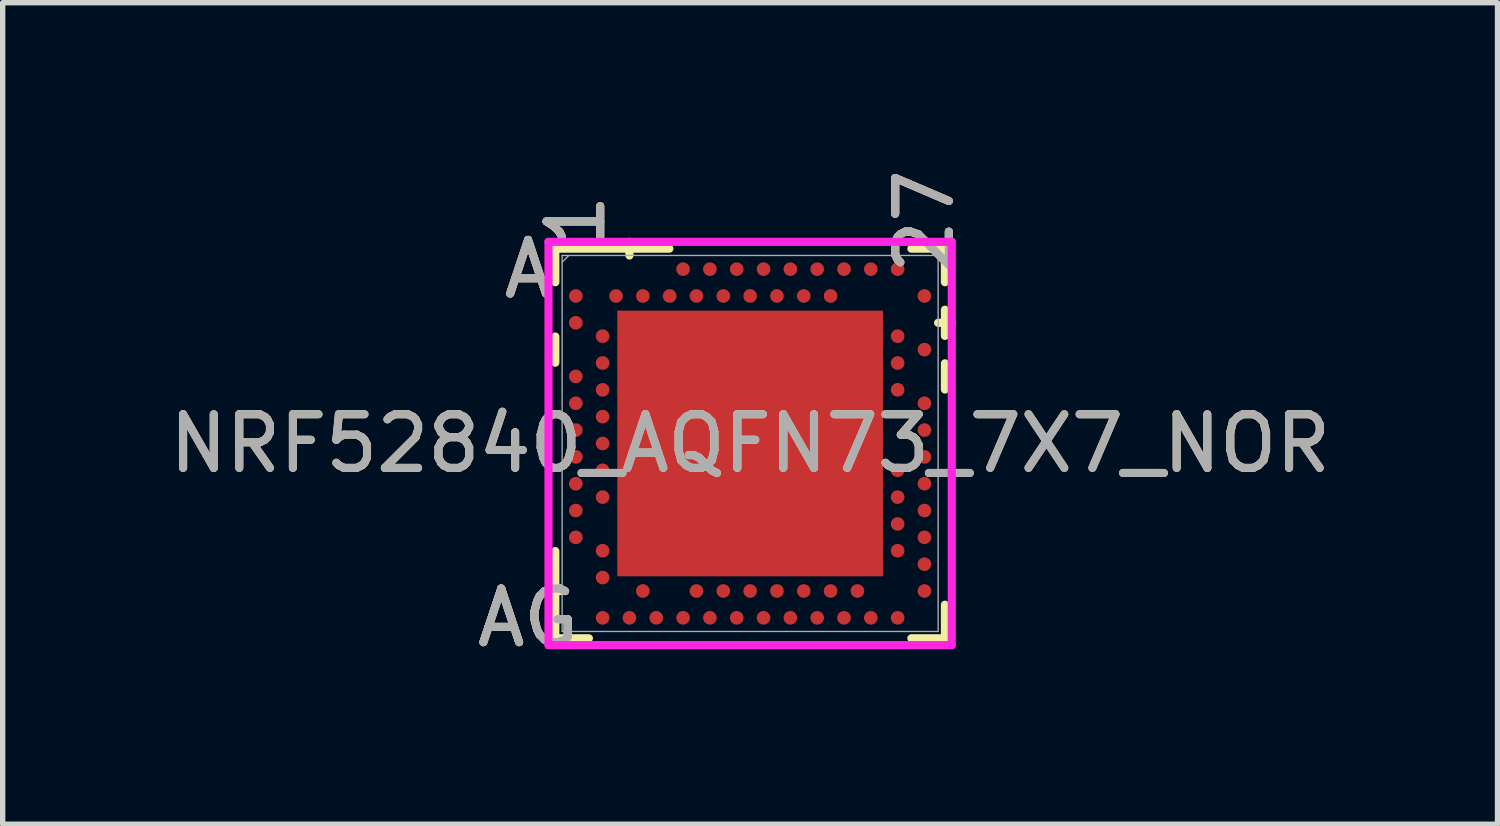
<source format=kicad_pcb>
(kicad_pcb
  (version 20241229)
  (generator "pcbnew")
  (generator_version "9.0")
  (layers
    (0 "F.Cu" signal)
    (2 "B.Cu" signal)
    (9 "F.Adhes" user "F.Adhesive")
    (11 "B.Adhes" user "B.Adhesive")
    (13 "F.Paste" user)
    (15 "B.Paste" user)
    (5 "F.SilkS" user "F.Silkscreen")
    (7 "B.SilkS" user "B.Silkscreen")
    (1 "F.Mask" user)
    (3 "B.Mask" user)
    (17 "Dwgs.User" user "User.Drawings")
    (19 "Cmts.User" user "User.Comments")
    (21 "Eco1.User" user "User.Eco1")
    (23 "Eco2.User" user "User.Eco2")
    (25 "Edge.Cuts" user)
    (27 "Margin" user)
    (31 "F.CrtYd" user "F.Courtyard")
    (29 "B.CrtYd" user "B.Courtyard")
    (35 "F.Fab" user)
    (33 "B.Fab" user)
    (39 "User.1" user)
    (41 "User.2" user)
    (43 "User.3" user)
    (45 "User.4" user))
  (footprint "NRF52840_AQFN73_7X7_NOR"
    (layer "F.Cu")
    (at 10.935 5.218)
    (property "Reference" "NRF52840_AQFN73_7X7_NOR" (at 0 0 0) (unlocked yes) (layer "F.SilkS") (effects (font (size 1 1) (thickness 0.15))))
    (attr smd)
    (fp_line (start -3.632 -3.632) (end -3.632 -3.006) (stroke (width 0.152) (type solid)) (layer "F.SilkS"))
    (fp_line (start -3.632 -1.994) (end -3.632 -1.506) (stroke (width 0.152) (type solid)) (layer "F.SilkS"))
    (fp_line (start -3.632 2.006) (end -3.632 3.632) (stroke (width 0.152) (type solid)) (layer "F.SilkS"))
    (fp_line (start -3.632 3.632) (end -3.006 3.632) (stroke (width 0.152) (type solid)) (layer "F.SilkS"))
    (fp_line (start -3.505 2.75) (end -3.759 2.75) (stroke (width 0.152) (type solid)) (layer "F.SilkS"))
    (fp_line (start -2.25 -3.505) (end -2.25 -3.759) (stroke (width 0.152) (type solid)) (layer "F.SilkS"))
    (fp_line (start -1.506 -3.632) (end -3.632 -3.632) (stroke (width 0.152) (type solid)) (layer "F.SilkS"))
    (fp_line (start 3.006 3.632) (end 3.632 3.632) (stroke (width 0.152) (type solid)) (layer "F.SilkS"))
    (fp_line (start 3.505 -2.25) (end 3.759 -2.25) (stroke (width 0.152) (type solid)) (layer "F.SilkS"))
    (fp_line (start 3.632 -3.632) (end 3.006 -3.632) (stroke (width 0.152) (type solid)) (layer "F.SilkS"))
    (fp_line (start 3.632 -3.006) (end 3.632 -3.632) (stroke (width 0.152) (type solid)) (layer "F.SilkS"))
    (fp_line (start 3.632 -2.006) (end 3.632 -2.494) (stroke (width 0.152) (type solid)) (layer "F.SilkS"))
    (fp_line (start 3.632 -1.006) (end 3.632 -1.494) (stroke (width 0.152) (type solid)) (layer "F.SilkS"))
    (fp_line (start 3.632 3.632) (end 3.632 3.006) (stroke (width 0.152) (type solid)) (layer "F.SilkS"))
    (fp_poly (pts (xy -2.377 -2.377) (xy -2.377 -0.925) (xy -0.925 -0.925) (xy -0.925 -2.377)) (stroke (width 0) (type solid)) (fill yes) (layer "F.Paste"))
    (fp_poly (pts (xy -2.377 -0.726) (xy -2.377 0.726) (xy -0.925 0.726) (xy -0.925 -0.726)) (stroke (width 0) (type solid)) (fill yes) (layer "F.Paste"))
    (fp_poly (pts (xy -2.377 0.925) (xy -2.377 2.377) (xy -0.925 2.377) (xy -0.925 0.925)) (stroke (width 0) (type solid)) (fill yes) (layer "F.Paste"))
    (fp_poly (pts (xy -0.726 -2.377) (xy -0.726 -0.925) (xy 0.726 -0.925) (xy 0.726 -2.377)) (stroke (width 0) (type solid)) (fill yes) (layer "F.Paste"))
    (fp_poly (pts (xy -0.726 -0.726) (xy -0.726 0.726) (xy 0.726 0.726) (xy 0.726 -0.726)) (stroke (width 0) (type solid)) (fill yes) (layer "F.Paste"))
    (fp_poly (pts (xy -0.726 0.925) (xy -0.726 2.377) (xy 0.726 2.377) (xy 0.726 0.925)) (stroke (width 0) (type solid)) (fill yes) (layer "F.Paste"))
    (fp_poly (pts (xy 0.925 -2.377) (xy 0.925 -0.925) (xy 2.377 -0.925) (xy 2.377 -2.377)) (stroke (width 0) (type solid)) (fill yes) (layer "F.Paste"))
    (fp_poly (pts (xy 0.925 -0.726) (xy 0.925 0.726) (xy 2.377 0.726) (xy 2.377 -0.726)) (stroke (width 0) (type solid)) (fill yes) (layer "F.Paste"))
    (fp_poly (pts (xy 0.925 0.925) (xy 0.925 2.377) (xy 2.377 2.377) (xy 2.377 0.925)) (stroke (width 0) (type solid)) (fill yes) (layer "F.Paste"))
    (fp_poly (pts (xy -3.82 -3.82) (xy 3.82 -3.82) (xy 3.82 3.82) (xy -3.82 3.82)) (stroke (width 0.1) (type solid)) (fill no) (layer "Eco2.User"))
    (fp_line (start -3.759 -3.759) (end 3.759 -3.759) (stroke (width 0.152) (type solid)) (layer "F.CrtYd"))
    (fp_line (start -3.759 3.759) (end -3.759 -3.759) (stroke (width 0.152) (type solid)) (layer "F.CrtYd"))
    (fp_line (start 3.759 -3.759) (end 3.759 3.759) (stroke (width 0.152) (type solid)) (layer "F.CrtYd"))
    (fp_line (start 3.759 3.759) (end -3.759 3.759) (stroke (width 0.152) (type solid)) (layer "F.CrtYd"))
    (fp_line (start -3.505 -3.505) (end -3.505 3.505) (stroke (width 0.025) (type solid)) (layer "F.Fab"))
    (fp_line (start -3.505 3.505) (end 3.505 3.505) (stroke (width 0.025) (type solid)) (layer "F.Fab"))
    (fp_line (start -3.38 -3.505) (end -3.505 -3.38) (stroke (width 0.025) (type solid)) (layer "F.Fab"))
    (fp_line (start 3.505 -3.505) (end -3.505 -3.505) (stroke (width 0.025) (type solid)) (layer "F.Fab"))
    (fp_line (start 3.505 3.505) (end 3.505 -3.505) (stroke (width 0.025) (type solid)) (layer "F.Fab"))
    (fp_text user "AG" (at -4.14 3.25 0) (unlocked yes) (layer "F.SilkS") (effects (font (size 1 1) (thickness 0.15))))
    (fp_text user "1" (at -3.25 -4.14 90) (unlocked yes) (layer "F.SilkS") (effects (font (size 1 1) (thickness 0.15))))
    (fp_text user "A" (at -4.14 -3.25 0) (unlocked yes) (layer "F.SilkS") (effects (font (size 1 1) (thickness 0.15))))
    (fp_text user "27" (at 3.25 -4.14 90) (unlocked yes) (layer "F.SilkS") (effects (font (size 1 1) (thickness 0.15))))
    (fp_text user "A" (at -4.14 -3.25 0) (unlocked yes) (layer "B.SilkS") (effects (font (size 1 1) (thickness 0.15))))
    (fp_text user "27" (at 3.25 -4.14 90) (unlocked yes) (layer "B.SilkS") (effects (font (size 1 1) (thickness 0.15))))
    (fp_text user "1" (at -3.25 -4.14 90) (unlocked yes) (layer "B.SilkS") (effects (font (size 1 1) (thickness 0.15))))
    (fp_text user "AG" (at -4.14 3.25 0) (unlocked yes) (layer "B.SilkS") (effects (font (size 1 1) (thickness 0.15))))
    (fp_text user "A" (at -4.14 -3.25 0) (unlocked yes) (layer "F.Fab") (effects (font (size 1 1) (thickness 0.15))))
    (fp_text user "1" (at -3.25 -4.14 90) (unlocked yes) (layer "F.Fab") (effects (font (size 1 1) (thickness 0.15))))
    (fp_text user "AG" (at -4.14 3.25 0) (unlocked yes) (layer "F.Fab") (effects (font (size 1 1) (thickness 0.15))))
    (fp_text user "27" (at 3.25 -4.14 90) (unlocked yes) (layer "F.Fab") (effects (font (size 1 1) (thickness 0.15))))
    (fp_text user "${REFERENCE}" (at 0 0 0) (unlocked yes) (layer "F.Fab") (effects (font (size 1 1) (thickness 0.15))))
    (pad "74" smd rect (at 0 0) (size 4.953 4.953) (layers "F.Cu" "F.Mask"))
    (pad "A8" smd circle (at -1.25 -3.25) (size 0.254 0.254) (layers "F.Cu" "F.Mask" "F.Paste"))
    (pad "A10" smd circle (at -0.75 -3.25) (size 0.254 0.254) (layers "F.Cu" "F.Mask" "F.Paste"))
    (pad "A12" smd circle (at -0.25 -3.25) (size 0.254 0.254) (layers "F.Cu" "F.Mask" "F.Paste"))
    (pad "A14" smd circle (at 0.25 -3.25) (size 0.254 0.254) (layers "F.Cu" "F.Mask" "F.Paste"))
    (pad "A16" smd circle (at 0.75 -3.25) (size 0.254 0.254) (layers "F.Cu" "F.Mask" "F.Paste"))
    (pad "A18" smd circle (at 1.25 -3.25) (size 0.254 0.254) (layers "F.Cu" "F.Mask" "F.Paste"))
    (pad "A20" smd circle (at 1.75 -3.25) (size 0.254 0.254) (layers "F.Cu" "F.Mask" "F.Paste"))
    (pad "A22" smd circle (at 2.25 -3.25) (size 0.254 0.254) (layers "F.Cu" "F.Mask" "F.Paste"))
    (pad "A23" smd circle (at 2.75 -3.25) (size 0.254 0.254) (layers "F.Cu" "F.Mask" "F.Paste"))
    (pad "AA24" smd circle (at 3.25 2.25) (size 0.254 0.254) (layers "F.Cu" "F.Mask" "F.Paste"))
    (pad "AB2" smd circle (at -2.75 2.5) (size 0.254 0.254) (layers "F.Cu" "F.Mask" "F.Paste"))
    (pad "AC5" smd circle (at -2 2.75) (size 0.254 0.254) (layers "F.Cu" "F.Mask" "F.Paste"))
    (pad "AC9" smd circle (at -1 2.75) (size 0.254 0.254) (layers "F.Cu" "F.Mask" "F.Paste"))
    (pad "AC11" smd circle (at -0.5 2.75) (size 0.254 0.254) (layers "F.Cu" "F.Mask" "F.Paste"))
    (pad "AC13" smd circle (at 0 2.75) (size 0.254 0.254) (layers "F.Cu" "F.Mask" "F.Paste"))
    (pad "AC15" smd circle (at 0.5 2.75) (size 0.254 0.254) (layers "F.Cu" "F.Mask" "F.Paste"))
    (pad "AC17" smd circle (at 1 2.75) (size 0.254 0.254) (layers "F.Cu" "F.Mask" "F.Paste"))
    (pad "AC19" smd circle (at 1.5 2.75) (size 0.254 0.254) (layers "F.Cu" "F.Mask" "F.Paste"))
    (pad "AC21" smd circle (at 2 2.75) (size 0.254 0.254) (layers "F.Cu" "F.Mask" "F.Paste"))
    (pad "AC24" smd circle (at 3.25 2.75) (size 0.254 0.254) (layers "F.Cu" "F.Mask" "F.Paste"))
    (pad "AD2" smd circle (at -2.75 3.25) (size 0.254 0.254) (layers "F.Cu" "F.Mask" "F.Paste"))
    (pad "AD4" smd circle (at -2.25 3.25) (size 0.254 0.254) (layers "F.Cu" "F.Mask" "F.Paste"))
    (pad "AD6" smd circle (at -1.75 3.25) (size 0.254 0.254) (layers "F.Cu" "F.Mask" "F.Paste"))
    (pad "AD8" smd circle (at -1.25 3.25) (size 0.254 0.254) (layers "F.Cu" "F.Mask" "F.Paste"))
    (pad "AD10" smd circle (at -0.75 3.25) (size 0.254 0.254) (layers "F.Cu" "F.Mask" "F.Paste"))
    (pad "AD12" smd circle (at -0.25 3.25) (size 0.254 0.254) (layers "F.Cu" "F.Mask" "F.Paste"))
    (pad "AD14" smd circle (at 0.25 3.25) (size 0.254 0.254) (layers "F.Cu" "F.Mask" "F.Paste"))
    (pad "AD16" smd circle (at 0.75 3.25) (size 0.254 0.254) (layers "F.Cu" "F.Mask" "F.Paste"))
    (pad "AD18" smd circle (at 1.25 3.25) (size 0.254 0.254) (layers "F.Cu" "F.Mask" "F.Paste"))
    (pad "AD20" smd circle (at 1.75 3.25) (size 0.254 0.254) (layers "F.Cu" "F.Mask" "F.Paste"))
    (pad "AD22" smd circle (at 2.25 3.25) (size 0.254 0.254) (layers "F.Cu" "F.Mask" "F.Paste"))
    (pad "AD23" smd circle (at 2.75 3.25) (size 0.254 0.254) (layers "F.Cu" "F.Mask" "F.Paste"))
    (pad "B1" smd circle (at -3.25 -2.75) (size 0.254 0.254) (layers "F.Cu" "F.Mask" "F.Paste"))
    (pad "B3" smd circle (at -2.5 -2.75) (size 0.254 0.254) (layers "F.Cu" "F.Mask" "F.Paste"))
    (pad "B5" smd circle (at -2 -2.75) (size 0.254 0.254) (layers "F.Cu" "F.Mask" "F.Paste"))
    (pad "B7" smd circle (at -1.5 -2.75) (size 0.254 0.254) (layers "F.Cu" "F.Mask" "F.Paste"))
    (pad "B9" smd circle (at -1 -2.75) (size 0.254 0.254) (layers "F.Cu" "F.Mask" "F.Paste"))
    (pad "B11" smd circle (at -0.5 -2.75) (size 0.254 0.254) (layers "F.Cu" "F.Mask" "F.Paste"))
    (pad "B13" smd circle (at 0 -2.75) (size 0.254 0.254) (layers "F.Cu" "F.Mask" "F.Paste"))
    (pad "B15" smd circle (at 0.5 -2.75) (size 0.254 0.254) (layers "F.Cu" "F.Mask" "F.Paste"))
    (pad "B17" smd circle (at 1 -2.75) (size 0.254 0.254) (layers "F.Cu" "F.Mask" "F.Paste"))
    (pad "B19" smd circle (at 1.5 -2.75) (size 0.254 0.254) (layers "F.Cu" "F.Mask" "F.Paste"))
    (pad "B24" smd circle (at 3.25 -2.75) (size 0.254 0.254) (layers "F.Cu" "F.Mask" "F.Paste"))
    (pad "C1" smd circle (at -3.25 -2.25) (size 0.254 0.254) (layers "F.Cu" "F.Mask" "F.Paste"))
    (pad "D2" smd circle (at -2.75 -2) (size 0.254 0.254) (layers "F.Cu" "F.Mask" "F.Paste"))
    (pad "D23" smd circle (at 2.75 -2) (size 0.254 0.254) (layers "F.Cu" "F.Mask" "F.Paste"))
    (pad "E24" smd circle (at 3.25 -1.75) (size 0.254 0.254) (layers "F.Cu" "F.Mask" "F.Paste"))
    (pad "F2" smd circle (at -2.75 -1.5) (size 0.254 0.254) (layers "F.Cu" "F.Mask" "F.Paste"))
    (pad "F23" smd circle (at 2.75 -1.5) (size 0.254 0.254) (layers "F.Cu" "F.Mask" "F.Paste"))
    (pad "G1" smd circle (at -3.25 -1.25) (size 0.254 0.254) (layers "F.Cu" "F.Mask" "F.Paste"))
    (pad "H2" smd circle (at -2.75 -1) (size 0.254 0.254) (layers "F.Cu" "F.Mask" "F.Paste"))
    (pad "H23" smd circle (at 2.75 -1) (size 0.254 0.254) (layers "F.Cu" "F.Mask" "F.Paste"))
    (pad "J1" smd circle (at -3.25 -0.75) (size 0.254 0.254) (layers "F.Cu" "F.Mask" "F.Paste"))
    (pad "J24" smd circle (at 3.25 -0.75) (size 0.254 0.254) (layers "F.Cu" "F.Mask" "F.Paste"))
    (pad "K2" smd circle (at -2.75 -0.5) (size 0.254 0.254) (layers "F.Cu" "F.Mask" "F.Paste"))
    (pad "L1" smd circle (at -3.25 -0.25) (size 0.254 0.254) (layers "F.Cu" "F.Mask" "F.Paste"))
    (pad "L24" smd circle (at 3.25 -0.25) (size 0.254 0.254) (layers "F.Cu" "F.Mask" "F.Paste"))
    (pad "M2" smd circle (at -2.75 0) (size 0.254 0.254) (layers "F.Cu" "F.Mask" "F.Paste"))
    (pad "N1" smd circle (at -3.25 0.25) (size 0.254 0.254) (layers "F.Cu" "F.Mask" "F.Paste"))
    (pad "N24" smd circle (at 3.25 0.25) (size 0.254 0.254) (layers "F.Cu" "F.Mask" "F.Paste"))
    (pad "P2" smd circle (at -2.75 0.5) (size 0.254 0.254) (layers "F.Cu" "F.Mask" "F.Paste"))
    (pad "P23" smd circle (at 2.75 0.5) (size 0.254 0.254) (layers "F.Cu" "F.Mask" "F.Paste"))
    (pad "R1" smd circle (at -3.25 0.75) (size 0.254 0.254) (layers "F.Cu" "F.Mask" "F.Paste"))
    (pad "R24" smd circle (at 3.25 0.75) (size 0.254 0.254) (layers "F.Cu" "F.Mask" "F.Paste"))
    (pad "T2" smd circle (at -2.75 1) (size 0.254 0.254) (layers "F.Cu" "F.Mask" "F.Paste"))
    (pad "T23" smd circle (at 2.75 1) (size 0.254 0.254) (layers "F.Cu" "F.Mask" "F.Paste"))
    (pad "U1" smd circle (at -3.25 1.25) (size 0.254 0.254) (layers "F.Cu" "F.Mask" "F.Paste"))
    (pad "U24" smd circle (at 3.25 1.25) (size 0.254 0.254) (layers "F.Cu" "F.Mask" "F.Paste"))
    (pad "V23" smd circle (at 2.75 1.5) (size 0.254 0.254) (layers "F.Cu" "F.Mask" "F.Paste"))
    (pad "W1" smd circle (at -3.25 1.75) (size 0.254 0.254) (layers "F.Cu" "F.Mask" "F.Paste"))
    (pad "W24" smd circle (at 3.25 1.75) (size 0.254 0.254) (layers "F.Cu" "F.Mask" "F.Paste"))
    (pad "Y2" smd circle (at -2.75 2) (size 0.254 0.254) (layers "F.Cu" "F.Mask" "F.Paste"))
    (pad "Y23" smd circle (at 2.75 2) (size 0.254 0.254) (layers "F.Cu" "F.Mask" "F.Paste")))
  (gr_rect
    (start -3 -3)
    (end 24.869 12.316)
    (stroke (width 0.1) (type default))
    (fill no)
    (layer "Edge.Cuts")))
</source>
